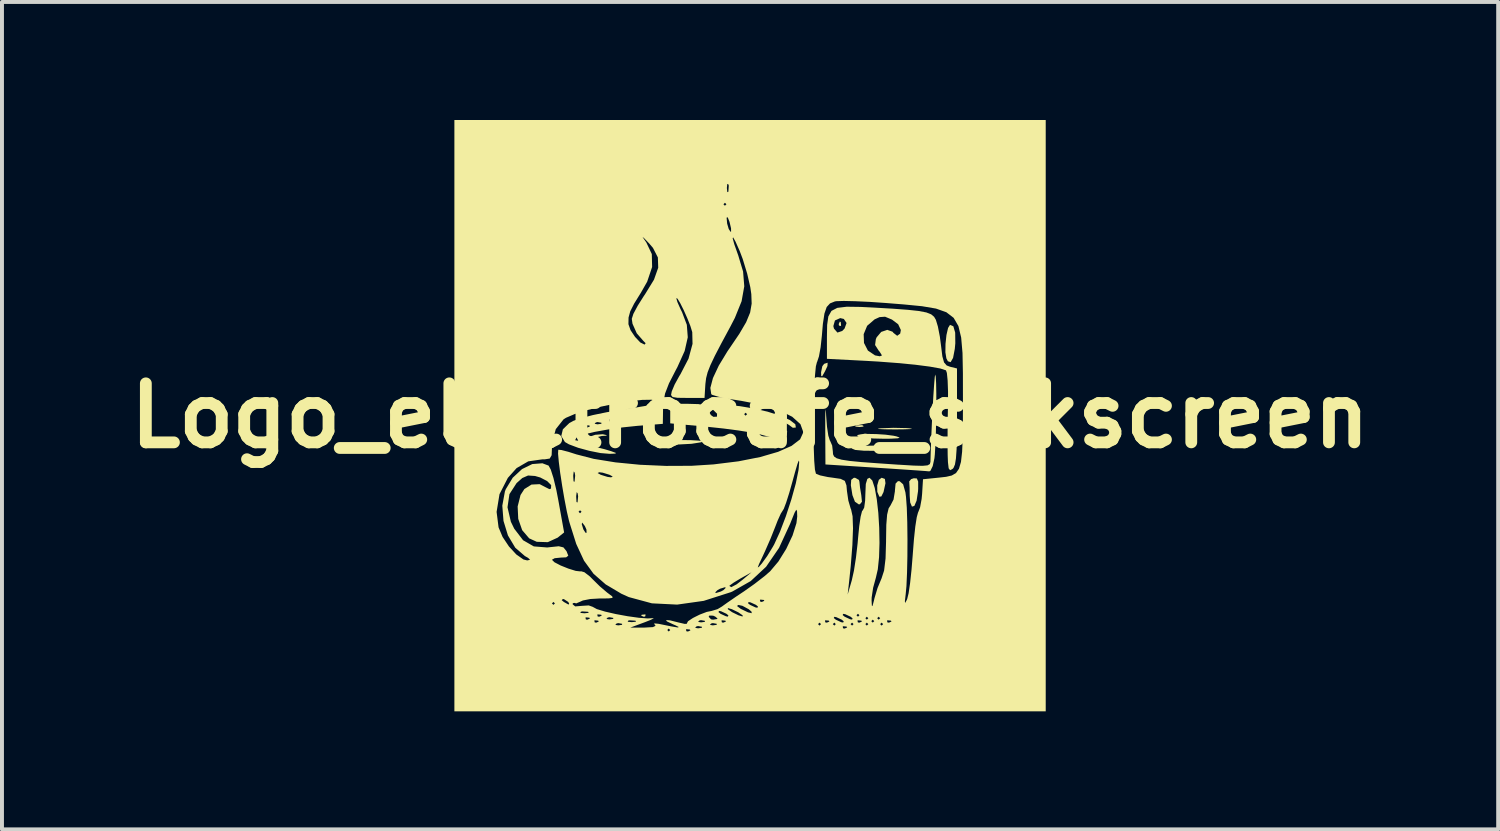
<source format=kicad_pcb>
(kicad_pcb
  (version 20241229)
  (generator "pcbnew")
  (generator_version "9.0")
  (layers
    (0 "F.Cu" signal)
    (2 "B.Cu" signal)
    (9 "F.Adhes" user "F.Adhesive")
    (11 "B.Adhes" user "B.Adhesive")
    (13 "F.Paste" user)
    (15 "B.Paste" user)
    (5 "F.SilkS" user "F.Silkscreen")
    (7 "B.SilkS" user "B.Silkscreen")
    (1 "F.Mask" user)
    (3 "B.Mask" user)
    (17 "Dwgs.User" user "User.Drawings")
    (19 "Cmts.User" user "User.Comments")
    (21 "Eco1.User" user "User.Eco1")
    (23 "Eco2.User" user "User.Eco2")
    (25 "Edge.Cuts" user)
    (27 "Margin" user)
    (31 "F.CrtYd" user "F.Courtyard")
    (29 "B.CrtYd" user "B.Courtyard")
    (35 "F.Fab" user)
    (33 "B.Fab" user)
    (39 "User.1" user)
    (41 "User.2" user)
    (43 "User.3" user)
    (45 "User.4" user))
  (footprint "Logo_electrocafe_silkscreen"
    (layer "F.Cu")
    (at 16.014 7.515)
    (property "Reference" "Logo_electrocafe_silkscreen" (at 0 0 0) (layer "F.SilkS") (effects (font (size 1.5 1.5) (thickness 0.3))))
    (attr board_only exclude_from_pos_files exclude_from_bom)
    (fp_poly (pts (xy -2.655 5.06) (xy -2.666 5.105) (xy -2.705 5.11) (xy -2.767 5.083) (xy -2.755 5.06) (xy -2.666 5.051)) (stroke (width 0) (type solid)) (fill yes) (layer "F.SilkS"))
    (fp_poly (pts (xy 2.305 -2.38) (xy 2.314 -2.291) (xy 2.305 -2.279) (xy 2.26 -2.29) (xy 2.254 -2.33) (xy 2.282 -2.391)) (stroke (width 0) (type solid)) (fill yes) (layer "F.SilkS"))
    (fp_poly (pts (xy 2.874 0.251) (xy 2.884 0.278) (xy 2.78 0.289) (xy 2.674 0.277) (xy 2.687 0.251) (xy 2.84 0.241)) (stroke (width 0) (type solid)) (fill yes) (layer "F.SilkS"))
    (fp_poly (pts (xy 1.967 -1.261) (xy 1.905 -1.127) (xy 1.834 -1.003) (xy 1.809 -1.006) (xy 1.805 -1.104) (xy 1.837 -1.257) (xy 1.884 -1.318) (xy 1.972 -1.346)) (stroke (width 0) (type solid)) (fill yes) (layer "F.SilkS"))
    (fp_poly (pts (xy 3.427 1.608) (xy 3.442 1.717) (xy 3.394 1.935) (xy 3.393 1.941) (xy 3.337 2.053) (xy 3.287 2.06) (xy 3.234 1.936) (xy 3.232 1.772) (xy 3.274 1.631) (xy 3.344 1.578)) (stroke (width 0) (type solid)) (fill yes) (layer "F.SilkS"))
    (fp_poly (pts (xy 3.972 0.316) (xy 4.039 0.321) (xy 4.122 0.332) (xy 4.069 0.341) (xy 3.894 0.347) (xy 3.682 0.349) (xy 3.421 0.346) (xy 3.272 0.339) (xy 3.248 0.33) (xy 3.325 0.321) (xy 3.64 0.309)) (stroke (width 0) (type solid)) (fill yes) (layer "F.SilkS"))
    (fp_poly (pts (xy -1.519 0.622) (xy -1.291 0.635) (xy -1.2 0.654) (xy -1.24 0.676) (xy -1.487 0.715) (xy -1.806 0.732) (xy -2.137 0.729) (xy -2.42 0.705) (xy -2.555 0.676) (xy -2.572 0.65) (xy -2.449 0.632) (xy -2.195 0.62) (xy -1.879 0.618)) (stroke (width 0) (type solid)) (fill yes) (layer "F.SilkS"))
    (fp_poly (pts (xy 2.767 1.633) (xy 2.78 1.681) (xy 2.795 1.826) (xy 2.827 2.02) (xy 2.844 2.188) (xy 2.793 2.251) (xy 2.762 2.254) (xy 2.666 2.187) (xy 2.602 2.02) (xy 2.562 1.769) (xy 2.571 1.632) (xy 2.633 1.581) (xy 2.668 1.578)) (stroke (width 0) (type solid)) (fill yes) (layer "F.SilkS"))
    (fp_poly (pts (xy 5.167 -2.272) (xy 5.214 -2.11) (xy 5.217 -1.84) (xy 5.204 -1.697) (xy 5.16 -1.468) (xy 5.098 -1.36) (xy 5.028 -1.383) (xy 4.99 -1.456) (xy 4.965 -1.611) (xy 4.968 -1.826) (xy 4.992 -2.05) (xy 5.033 -2.229) (xy 5.082 -2.308)) (stroke (width 0) (type solid)) (fill yes) (layer "F.SilkS"))
    (fp_poly (pts (xy 3.211 0.468) (xy 3.441 0.483) (xy 3.646 0.51) (xy 3.72 0.526) (xy 3.803 0.556) (xy 3.76 0.575) (xy 3.583 0.585) (xy 3.419 0.587) (xy 3.131 0.58) (xy 2.887 0.558) (xy 2.743 0.526) (xy 2.722 0.494) (xy 2.817 0.473) (xy 2.991 0.464)) (stroke (width 0) (type solid)) (fill yes) (layer "F.SilkS"))
    (fp_poly (pts (xy 3.415 0.773) (xy 3.651 0.801) (xy 3.757 0.827) (xy 3.792 0.857) (xy 3.676 0.879) (xy 3.41 0.892) (xy 3.246 0.894) (xy 2.894 0.891) (xy 2.673 0.871) (xy 2.59 0.837) (xy 2.593 0.827) (xy 2.689 0.788) (xy 2.888 0.766) (xy 3.146 0.761)) (stroke (width 0) (type solid)) (fill yes) (layer "F.SilkS"))
    (fp_poly (pts (xy 4.24 1.596) (xy 4.273 1.676) (xy 4.273 1.863) (xy 4.269 1.923) (xy 4.233 2.161) (xy 4.176 2.294) (xy 4.115 2.312) (xy 4.07 2.205) (xy 4.058 2.035) (xy 4.055 1.829) (xy 4.047 1.691) (xy 4.045 1.672) (xy 4.094 1.613) (xy 4.162 1.591)) (stroke (width 0) (type solid)) (fill yes) (layer "F.SilkS"))
    (fp_poly (pts (xy 4.719 -0.994) (xy 4.729 -0.823) (xy 4.734 -0.563) (xy 4.734 -0.246) (xy 4.73 0.098) (xy 4.723 0.438) (xy 4.711 0.742) (xy 4.697 0.981) (xy 4.687 1.079) (xy 4.643 1.281) (xy 4.585 1.401) (xy 4.555 1.416) (xy 4.455 1.407) (xy 4.232 1.391) (xy 3.912 1.369) (xy 3.522 1.343) (xy 3.194 1.322) (xy 1.916 1.24) (xy 1.911 0.338) (xy 1.911 0.049) (xy 1.915 -0.119) (xy 1.921 -0.158) (xy 1.931 -0.058) (xy 1.934 -0.000088) (xy 1.956 0.282) (xy 1.989 0.506) (xy 2.027 0.628) (xy 2.033 0.635) (xy 2.087 0.759) (xy 2.104 0.906) (xy 2.109 0.98) (xy 2.136 1.038) (xy 2.202 1.083) (xy 2.327 1.119) (xy 2.528 1.15) (xy 2.824 1.179) (xy 3.231 1.209) (xy 3.77 1.246) (xy 3.814 1.248) (xy 4.16 1.269) (xy 4.384 1.275) (xy 4.511 1.263) (xy 4.57 1.23) (xy 4.586 1.172) (xy 4.586 1.157) (xy 4.593 0.897) (xy 4.605 0.571) (xy 4.621 0.208) (xy 4.64 -0.159) (xy 4.659 -0.499) (xy 4.678 -0.781) (xy 4.694 -0.974) (xy 4.705 -1.046)) (stroke (width 0) (type solid)) (fill yes) (layer "F.SilkS"))
    (fp_poly (pts (xy -1.311 -0.294) (xy -1.164 -0.266) (xy -1.094 -0.206) (xy -1.075 -0.155) (xy -0.995 -0.015) (xy -0.932 0.03) (xy -0.841 0.025) (xy -0.839 -0.038) (xy -0.15 -0.038) (xy -0.113 -0.000001) (xy -0.075 -0.038) (xy -0.113 -0.075) (xy -0.15 -0.038) (xy -0.839 -0.038) (xy -0.838 -0.049) (xy -0.902 -0.113) (xy -0.987 -0.195) (xy -0.945 -0.249) (xy -0.797 -0.274) (xy -0.562 -0.272) (xy -0.261 -0.242) (xy 0.085 -0.184) (xy 0.444 -0.102) (xy 0.769 0.000188) (xy 1.012 0.111) (xy 1.15 0.217) (xy 1.164 0.301) (xy 1.088 0.308) (xy 0.986 0.234) (xy 0.854 0.155) (xy 0.652 0.081) (xy 0.434 0.028) (xy 0.254 0.008) (xy 0.173 0.028) (xy 0.217 0.059) (xy 0.368 0.098) (xy 0.439 0.111) (xy 0.671 0.179) (xy 0.847 0.284) (xy 0.943 0.4) (xy 0.93 0.503) (xy 0.899 0.529) (xy 0.817 0.573) (xy 0.729 0.586) (xy 0.592 0.565) (xy 0.365 0.506) (xy 0.263 0.478) (xy 0.039 0.43) (xy -0.289 0.377) (xy -0.678 0.326) (xy -1.071 0.284) (xy -2.029 0.195) (xy -2.029 -0.053) (xy -2.029 -0.301) (xy -1.571 -0.301)) (stroke (width 0) (type solid)) (fill yes) (layer "F.SilkS"))
    (fp_poly (pts (xy 2.811 -2.764) (xy 3.114 -2.749) (xy 3.63 -2.719) (xy 4.016 -2.69) (xy 4.294 -2.66) (xy 4.483 -2.623) (xy 4.604 -2.575) (xy 4.678 -2.513) (xy 4.723 -2.436) (xy 4.774 -2.267) (xy 4.824 -2.01) (xy 4.855 -1.773) (xy 4.888 -1.506) (xy 4.931 -1.353) (xy 4.998 -1.276) (xy 5.082 -1.244) (xy 5.26 -1.2) (xy 5.26 0.03) (xy 5.258 0.505) (xy 5.25 0.851) (xy 5.233 1.089) (xy 5.208 1.241) (xy 5.171 1.328) (xy 5.148 1.353) (xy 5.084 1.386) (xy 5.048 1.338) (xy 5.03 1.182) (xy 5.023 1.005) (xy 5.02 0.739) (xy 5.021 0.379) (xy 5.026 -0.021) (xy 5.031 -0.273) (xy 5.032 -0.612) (xy 5.022 -0.894) (xy 5.003 -1.085) (xy 4.98 -1.152) (xy 4.837 -1.199) (xy 4.568 -1.247) (xy 4.197 -1.295) (xy 3.749 -1.338) (xy 3.246 -1.376) (xy 2.95 -1.393) (xy 1.954 -1.445) (xy 1.954 -1.994) (xy 1.955 -2.071) (xy 2.888 -2.071) (xy 2.896 -1.848) (xy 2.995 -1.655) (xy 3.177 -1.532) (xy 3.299 -1.509) (xy 3.353 -1.531) (xy 3.295 -1.624) (xy 3.269 -1.654) (xy 3.178 -1.796) (xy 3.198 -1.946) (xy 3.218 -1.992) (xy 3.334 -2.129) (xy 3.488 -2.181) (xy 3.621 -2.134) (xy 3.645 -2.104) (xy 3.74 -2.03) (xy 3.816 -2.086) (xy 3.833 -2.177) (xy 3.765 -2.323) (xy 3.607 -2.442) (xy 3.432 -2.515) (xy 3.292 -2.505) (xy 3.165 -2.447) (xy 2.976 -2.284) (xy 2.888 -2.071) (xy 1.955 -2.071) (xy 1.959 -2.277) (xy 2.117 -2.277) (xy 2.133 -2.213) (xy 2.221 -2.112) (xy 2.343 -2.153) (xy 2.402 -2.214) (xy 2.453 -2.355) (xy 2.384 -2.458) (xy 2.292 -2.48) (xy 2.158 -2.42) (xy 2.117 -2.277) (xy 1.959 -2.277) (xy 1.959 -2.304) (xy 1.99 -2.522) (xy 2.069 -2.663) (xy 2.217 -2.74) (xy 2.457 -2.769)) (stroke (width 0) (type solid)) (fill yes) (layer "F.SilkS"))
    (fp_poly (pts (xy 7.515 -0.000001) (xy 7.515 7.515) (xy -0.000001 7.515) (xy -7.515 7.515) (xy -7.515 5.448) (xy -2.104 5.448) (xy -2.067 5.486) (xy -2.029 5.448) (xy -2.042 5.436) (xy -1.628 5.436) (xy -1.618 5.48) (xy -1.578 5.486) (xy -1.516 5.458) (xy -1.528 5.436) (xy -1.617 5.427) (xy -1.628 5.436) (xy -2.042 5.436) (xy -2.067 5.411) (xy -2.104 5.448) (xy -7.515 5.448) (xy -7.515 5.393) (xy -1.395 5.393) (xy -1.321 5.405) (xy -1.224 5.391) (xy -1.223 5.365) (xy -1.249 5.361) (xy 2.355 5.361) (xy 2.365 5.405) (xy 2.405 5.411) (xy 2.467 5.383) (xy 2.455 5.361) (xy 2.366 5.352) (xy 2.355 5.361) (xy -1.249 5.361) (xy -1.323 5.347) (xy -1.367 5.359) (xy -1.395 5.393) (xy -7.515 5.393) (xy -7.515 5.318) (xy -3.424 5.318) (xy -3.35 5.33) (xy -3.253 5.316) (xy -3.252 5.29) (xy -3.352 5.272) (xy -3.396 5.284) (xy -3.424 5.318) (xy -7.515 5.318) (xy -7.515 5.21) (xy -3.958 5.21) (xy -3.947 5.255) (xy -3.908 5.26) (xy -3.857 5.238) (xy -3.109 5.238) (xy -3.006 5.248) (xy -2.899 5.237) (xy -2.912 5.211) (xy -3.066 5.201) (xy -3.1 5.211) (xy -3.109 5.238) (xy -3.857 5.238) (xy -3.846 5.233) (xy -3.858 5.21) (xy -3.947 5.201) (xy -3.958 5.21) (xy -7.515 5.21) (xy -7.515 5.135) (xy -4.183 5.135) (xy -4.173 5.18) (xy -4.133 5.185) (xy -4.093 5.167) (xy -3.65 5.167) (xy -3.576 5.179) (xy -3.478 5.165) (xy -3.477 5.14) (xy -3.578 5.122) (xy -3.621 5.134) (xy -3.65 5.167) (xy -4.093 5.167) (xy -4.071 5.158) (xy -4.083 5.135) (xy -4.172 5.126) (xy -4.183 5.135) (xy -7.515 5.135) (xy -7.515 5.06) (xy -3.883 5.06) (xy -3.872 5.105) (xy -3.833 5.11) (xy -3.771 5.083) (xy -3.782 5.06) (xy -3.872 5.051) (xy -3.883 5.06) (xy -7.515 5.06) (xy -7.515 5.013) (xy -4.312 5.013) (xy -4.208 5.023) (xy -4.102 5.011) (xy -4.114 4.985) (xy -4.268 4.975) (xy -4.302 4.985) (xy -4.312 5.013) (xy -7.515 5.013) (xy -7.515 4.772) (xy -5.035 4.772) (xy -4.997 4.809) (xy -4.96 4.772) (xy -4.997 4.734) (xy -5.035 4.772) (xy -7.515 4.772) (xy -7.515 4.69) (xy -4.787 4.69) (xy -4.734 4.734) (xy -4.614 4.802) (xy -4.598 4.776) (xy -4.622 4.734) (xy -4.731 4.663) (xy -4.758 4.66) (xy -4.787 4.69) (xy -7.515 4.69) (xy -7.515 2.446) (xy -6.442 2.446) (xy -6.392 2.839) (xy -6.29 3.082) (xy -6.128 3.325) (xy -5.941 3.528) (xy -5.76 3.655) (xy -5.665 3.679) (xy -5.591 3.664) (xy -5.641 3.615) (xy -5.723 3.568) (xy -5.968 3.356) (xy -6.154 3.044) (xy -6.267 2.674) (xy -6.297 2.288) (xy -6.231 1.927) (xy -6.209 1.869) (xy -6.032 1.577) (xy -5.796 1.358) (xy -5.535 1.23) (xy -5.279 1.21) (xy -5.121 1.269) (xy -5.066 1.368) (xy -4.997 1.584) (xy -4.924 1.887) (xy -4.873 2.151) (xy -4.726 2.968) (xy -4.889 3.1) (xy -5.141 3.215) (xy -5.421 3.206) (xy -5.614 3.118) (xy -5.792 2.91) (xy -5.892 2.623) (xy -5.907 2.308) (xy -5.834 2.017) (xy -5.736 1.865) (xy -5.554 1.751) (xy -5.347 1.741) (xy -5.201 1.817) (xy -5.099 1.868) (xy -5.059 1.853) (xy -5.055 1.765) (xy -5.158 1.662) (xy -5.333 1.571) (xy -5.465 1.533) (xy -5.642 1.521) (xy -5.789 1.585) (xy -5.934 1.714) (xy -6.116 1.995) (xy -6.165 2.329) (xy -6.079 2.697) (xy -5.994 2.872) (xy -5.769 3.166) (xy -5.496 3.323) (xy -5.156 3.35) (xy -5.075 3.341) (xy -4.862 3.319) (xy -4.743 3.348) (xy -4.668 3.441) (xy -4.663 3.449) (xy -4.62 3.559) (xy -4.674 3.601) (xy -4.807 3.607) (xy -4.966 3.623) (xy -5.035 3.662) (xy -5.035 3.663) (xy -4.971 3.726) (xy -4.814 3.808) (xy -4.617 3.887) (xy -4.431 3.945) (xy -4.31 3.959) (xy -4.298 3.954) (xy -4.211 3.979) (xy -4.07 4.088) (xy -4.004 4.155) (xy -3.817 4.339) (xy -3.635 4.494) (xy -3.598 4.522) (xy -3.502 4.594) (xy -3.495 4.632) (xy -3.599 4.645) (xy -3.816 4.646) (xy -4.06 4.66) (xy -4.249 4.697) (xy -4.312 4.726) (xy -4.42 4.772) (xy -4.459 4.759) (xy -4.505 4.766) (xy -4.509 4.795) (xy -4.444 4.848) (xy -4.276 4.834) (xy -4.1 4.823) (xy -3.996 4.86) (xy -3.994 4.862) (xy -3.895 4.916) (xy -3.688 4.979) (xy -3.414 5.042) (xy -3.114 5.097) (xy -2.828 5.137) (xy -2.599 5.154) (xy -2.495 5.148) (xy -2.445 5.148) (xy -2.521 5.189) (xy -2.667 5.247) (xy -3.042 5.386) (xy -2.683 5.386) (xy -2.469 5.374) (xy -2.4 5.341) (xy -2.421 5.317) (xy -2.438 5.279) (xy -2.319 5.291) (xy -2.292 5.297) (xy -1.997 5.357) (xy -1.84 5.383) (xy -1.81 5.373) (xy -1.898 5.328) (xy -1.922 5.318) (xy -1.019 5.318) (xy -0.946 5.33) (xy -0.848 5.316) (xy -0.847 5.298) (xy 1.728 5.298) (xy 1.766 5.336) (xy 1.804 5.298) (xy 2.104 5.298) (xy 2.142 5.336) (xy 2.179 5.298) (xy 2.555 5.298) (xy 2.593 5.336) (xy 2.63 5.298) (xy 2.931 5.298) (xy 2.968 5.336) (xy 3.006 5.298) (xy 3.307 5.298) (xy 3.344 5.336) (xy 3.382 5.298) (xy 3.344 5.26) (xy 3.307 5.298) (xy 3.006 5.298) (xy 2.968 5.26) (xy 2.931 5.298) (xy 2.63 5.298) (xy 2.593 5.26) (xy 2.555 5.298) (xy 2.179 5.298) (xy 2.142 5.26) (xy 2.104 5.298) (xy 1.804 5.298) (xy 1.766 5.26) (xy 1.728 5.298) (xy -0.847 5.298) (xy -0.847 5.29) (xy -0.948 5.272) (xy -0.991 5.284) (xy -1.019 5.318) (xy -1.922 5.318) (xy -1.954 5.304) (xy -2.113 5.229) (xy -2.135 5.195) (xy -2.031 5.203) (xy -1.812 5.258) (xy -1.659 5.293) (xy -1.602 5.289) (xy -1.607 5.282) (xy -1.586 5.242) (xy -1.32 5.242) (xy -1.246 5.254) (xy -1.149 5.241) (xy -1.148 5.215) (xy -1.174 5.21) (xy -0.726 5.21) (xy -0.716 5.255) (xy -0.676 5.26) (xy -0.614 5.233) (xy -0.626 5.21) (xy 1.904 5.21) (xy 1.914 5.255) (xy 1.954 5.26) (xy 2.016 5.233) (xy 2.004 5.21) (xy 1.915 5.201) (xy 1.904 5.21) (xy -0.626 5.21) (xy -0.715 5.201) (xy -0.726 5.21) (xy -1.174 5.21) (xy -1.248 5.197) (xy -1.292 5.209) (xy -1.32 5.242) (xy -1.586 5.242) (xy -1.578 5.226) (xy -1.453 5.143) (xy -1.392 5.112) (xy -1.052 5.112) (xy -0.991 5.177) (xy -0.939 5.185) (xy -0.839 5.169) (xy -0.827 5.156) (xy -0.842 5.143) (xy 2.128 5.143) (xy 2.179 5.185) (xy 2.316 5.249) (xy 2.367 5.258) (xy 2.381 5.227) (xy 2.36 5.21) (xy 2.73 5.21) (xy 2.741 5.255) (xy 2.78 5.26) (xy 2.842 5.233) (xy 2.837 5.223) (xy 3.081 5.223) (xy 3.119 5.26) (xy 3.156 5.223) (xy 3.144 5.21) (xy 3.482 5.21) (xy 3.492 5.255) (xy 3.532 5.26) (xy 3.594 5.233) (xy 3.582 5.21) (xy 3.493 5.201) (xy 3.482 5.21) (xy 3.144 5.21) (xy 3.119 5.185) (xy 3.081 5.223) (xy 2.837 5.223) (xy 2.831 5.21) (xy 2.741 5.201) (xy 2.73 5.21) (xy 2.36 5.21) (xy 2.33 5.185) (xy 2.193 5.122) (xy 2.142 5.112) (xy 2.128 5.143) (xy -0.842 5.143) (xy -0.885 5.107) (xy -0.939 5.083) (xy -1.036 5.081) (xy -1.052 5.112) (xy -1.392 5.112) (xy -1.279 5.056) (xy -1.114 4.993) (xy -0.802 4.993) (xy -0.751 5.035) (xy -0.614 5.098) (xy -0.564 5.108) (xy -0.55 5.077) (xy -0.601 5.035) (xy -0.738 4.971) (xy -0.789 4.962) (xy -0.802 4.993) (xy -1.114 4.993) (xy -1.101 4.988) (xy -0.973 4.962) (xy -0.825 4.917) (xy -0.78 4.89) (xy -0.564 4.89) (xy -0.563 4.92) (xy -0.457 4.994) (xy -0.451 4.997) (xy -0.289 5.076) (xy -0.188 5.105) (xy -0.189 5.074) (xy -0.198 5.068) (xy 2.354 5.068) (xy 2.405 5.11) (xy 2.542 5.174) (xy 2.593 5.183) (xy 2.606 5.152) (xy 2.601 5.148) (xy 2.931 5.148) (xy 2.968 5.185) (xy 3.006 5.148) (xy 3.231 5.148) (xy 3.269 5.185) (xy 3.307 5.148) (xy 3.269 5.11) (xy 3.231 5.148) (xy 3.006 5.148) (xy 2.968 5.11) (xy 2.931 5.148) (xy 2.601 5.148) (xy 2.555 5.11) (xy 2.474 5.072) (xy 2.705 5.072) (xy 2.743 5.11) (xy 2.78 5.072) (xy 2.743 5.035) (xy 2.705 5.072) (xy 2.474 5.072) (xy 2.418 5.046) (xy 2.367 5.037) (xy 2.354 5.068) (xy -0.198 5.068) (xy -0.295 5.001) (xy -0.301 4.997) (xy -0.462 4.919) (xy -0.564 4.89) (xy -0.78 4.89) (xy -0.71 4.848) (xy -0.696 4.837) (xy -0.333 4.837) (xy -0.237 4.91) (xy -0.225 4.916) (xy -0.052 4.999) (xy 0.043 5.021) (xy 0.037 4.981) (xy -0.033 4.92) (xy -0.194 4.833) (xy -0.296 4.811) (xy -0.333 4.837) (xy -0.696 4.837) (xy -0.599 4.768) (xy -0.051 4.768) (xy -0.000001 4.809) (xy 0.137 4.873) (xy 0.188 4.882) (xy 0.201 4.851) (xy 0.15 4.809) (xy 0.013 4.746) (xy -0.038 4.737) (xy -0.051 4.768) (xy -0.599 4.768) (xy -0.571 4.748) (xy -0.478 4.684) (xy 0.25 4.684) (xy 0.261 4.729) (xy 0.301 4.734) (xy 0.362 4.707) (xy 0.351 4.684) (xy 0.262 4.675) (xy 0.25 4.684) (xy -0.478 4.684) (xy -0.356 4.6) (xy -0.15 4.463) (xy 0.114 4.276) (xy 0.367 4.08) (xy 0.51 3.956) (xy 0.721 3.706) (xy 0.919 3.387) (xy 1.08 3.046) (xy 1.179 2.732) (xy 1.199 2.562) (xy 1.194 2.426) (xy 1.175 2.39) (xy 1.132 2.466) (xy 1.051 2.667) (xy 1.019 2.748) (xy 0.737 3.36) (xy 0.408 3.84) (xy 0.017 4.204) (xy -0.447 4.468) (xy -0.488 4.486) (xy -1.178 4.707) (xy -1.853 4.802) (xy -2.494 4.77) (xy -3.082 4.611) (xy -3.274 4.524) (xy -3.325 4.493) (xy -0.887 4.493) (xy -0.864 4.507) (xy -0.741 4.469) (xy -0.676 4.434) (xy -0.616 4.374) (xy -0.639 4.361) (xy -0.762 4.398) (xy -0.827 4.434) (xy -0.887 4.493) (xy -3.325 4.493) (xy -3.603 4.328) (xy -0.526 4.328) (xy -0.477 4.358) (xy -0.34 4.286) (xy -0.188 4.169) (xy 0.038 3.98) (xy -0.244 4.139) (xy -0.416 4.243) (xy -0.516 4.315) (xy -0.526 4.328) (xy -3.603 4.328) (xy -3.668 4.29) (xy -3.977 4.02) (xy -4.094 3.859) (xy 0.196 3.859) (xy 0.228 3.839) (xy 0.299 3.757) (xy 0.436 3.568) (xy 0.581 3.33) (xy 0.615 3.269) (xy 0.76 2.952) (xy 0.911 2.555) (xy 1.05 2.129) (xy 1.162 1.724) (xy 1.23 1.392) (xy 1.238 1.323) (xy 1.249 1.174) (xy 1.239 1.139) (xy 1.205 1.226) (xy 1.141 1.444) (xy 1.084 1.652) (xy 0.997 1.96) (xy 0.918 2.209) (xy 0.858 2.367) (xy 0.836 2.403) (xy 0.781 2.491) (xy 0.699 2.673) (xy 0.643 2.818) (xy 0.522 3.122) (xy 0.379 3.449) (xy 0.323 3.57) (xy 0.227 3.774) (xy 0.196 3.859) (xy -4.094 3.859) (xy -4.22 3.686) (xy -4.418 3.26) (xy -4.577 2.756) (xy -4.278 2.756) (xy -4.237 2.89) (xy -4.181 2.977) (xy -4.155 2.977) (xy -4.159 2.893) (xy -4.199 2.805) (xy -4.266 2.717) (xy -4.278 2.756) (xy -4.577 2.756) (xy -4.59 2.714) (xy -4.603 2.668) (xy -4.655 2.442) (xy -4.359 2.442) (xy -4.321 2.48) (xy -4.283 2.442) (xy -4.321 2.405) (xy -4.359 2.442) (xy -4.655 2.442) (xy -4.659 2.424) (xy -4.718 2.119) (xy -4.727 2.067) (xy -4.419 2.067) (xy -4.411 2.195) (xy -4.387 2.206) (xy -4.384 2.2) (xy -4.37 2.05) (xy -4.382 1.974) (xy -4.406 1.943) (xy -4.419 2.043) (xy -4.419 2.067) (xy -4.727 2.067) (xy -4.775 1.786) (xy -4.812 1.541) (xy -4.494 1.541) (xy -4.486 1.669) (xy -4.463 1.68) (xy -4.46 1.673) (xy -4.445 1.524) (xy -4.455 1.458) (xy -3.874 1.458) (xy -3.795 1.503) (xy -3.62 1.557) (xy -3.532 1.568) (xy -3.49 1.548) (xy -3.57 1.503) (xy -3.745 1.449) (xy -3.833 1.438) (xy -3.874 1.458) (xy -4.455 1.458) (xy -4.457 1.448) (xy -4.481 1.417) (xy -4.494 1.517) (xy -4.494 1.541) (xy -4.812 1.541) (xy -4.825 1.46) (xy -4.861 1.175) (xy -4.88 0.966) (xy -4.875 0.868) (xy -4.873 0.866) (xy -4.794 0.873) (xy -4.614 0.92) (xy -4.413 0.984) (xy -3.972 1.098) (xy -3.421 1.187) (xy -2.797 1.248) (xy -2.138 1.277) (xy -1.483 1.274) (xy -0.931 1.239) (xy -0.292 1.16) (xy 0.26 1.051) (xy 0.713 0.919) (xy 1.055 0.768) (xy 1.272 0.602) (xy 1.336 0.462) (xy 1.614 0.462) (xy 1.62 0.834) (xy 1.631 1.147) (xy 1.649 1.37) (xy 1.674 1.473) (xy 1.675 1.475) (xy 1.78 1.518) (xy 1.978 1.56) (xy 2.089 1.575) (xy 2.302 1.606) (xy 2.409 1.658) (xy 2.45 1.771) (xy 2.463 1.916) (xy 2.498 2.157) (xy 2.557 2.359) (xy 2.568 2.383) (xy 2.606 2.556) (xy 2.617 2.862) (xy 2.601 3.289) (xy 2.559 3.821) (xy 2.519 4.208) (xy 2.481 4.546) (xy 2.586 4.185) (xy 2.64 3.943) (xy 2.692 3.609) (xy 2.734 3.244) (xy 2.745 3.114) (xy 2.775 2.809) (xy 2.81 2.569) (xy 2.846 2.428) (xy 2.865 2.405) (xy 2.901 2.337) (xy 2.925 2.161) (xy 2.931 1.991) (xy 2.942 1.736) (xy 2.981 1.607) (xy 3.036 1.578) (xy 3.107 1.648) (xy 3.17 1.84) (xy 3.221 2.123) (xy 3.26 2.47) (xy 3.283 2.85) (xy 3.29 3.236) (xy 3.279 3.597) (xy 3.247 3.906) (xy 3.199 4.115) (xy 3.128 4.375) (xy 3.091 4.62) (xy 3.089 4.691) (xy 3.096 4.83) (xy 3.111 4.841) (xy 3.145 4.715) (xy 3.163 4.638) (xy 3.24 4.382) (xy 3.337 4.148) (xy 3.343 4.134) (xy 3.407 3.937) (xy 3.444 3.631) (xy 3.457 3.196) (xy 3.457 3.155) (xy 3.463 2.773) (xy 3.484 2.515) (xy 3.522 2.356) (xy 3.57 2.281) (xy 3.647 2.132) (xy 3.682 1.921) (xy 3.682 1.905) (xy 3.699 1.726) (xy 3.759 1.664) (xy 3.803 1.667) (xy 3.891 1.745) (xy 3.949 1.95) (xy 3.964 2.067) (xy 3.984 2.341) (xy 3.996 2.713) (xy 4.001 3.141) (xy 3.999 3.581) (xy 3.99 3.993) (xy 3.975 4.332) (xy 3.956 4.536) (xy 3.935 4.716) (xy 3.942 4.761) (xy 3.983 4.685) (xy 3.994 4.659) (xy 4.03 4.514) (xy 4.068 4.254) (xy 4.104 3.916) (xy 4.135 3.536) (xy 4.137 3.508) (xy 4.166 3.137) (xy 4.2 2.818) (xy 4.237 2.581) (xy 4.27 2.459) (xy 4.274 2.454) (xy 4.322 2.33) (xy 4.361 2.116) (xy 4.373 1.99) (xy 4.396 1.616) (xy 4.799 1.575) (xy 4.984 1.554) (xy 5.127 1.521) (xy 5.234 1.459) (xy 5.31 1.349) (xy 5.361 1.175) (xy 5.39 0.919) (xy 5.405 0.563) (xy 5.41 0.09) (xy 5.411 -0.442) (xy 5.41 -1.084) (xy 5.4 -1.593) (xy 5.366 -1.985) (xy 5.296 -2.277) (xy 5.175 -2.486) (xy 4.989 -2.629) (xy 4.726 -2.722) (xy 4.371 -2.782) (xy 3.911 -2.827) (xy 3.449 -2.864) (xy 3.043 -2.892) (xy 2.676 -2.909) (xy 2.383 -2.916) (xy 2.195 -2.91) (xy 2.157 -2.904) (xy 2.033 -2.854) (xy 1.948 -2.762) (xy 1.891 -2.597) (xy 1.851 -2.333) (xy 1.825 -2.029) (xy 1.794 -1.741) (xy 1.751 -1.505) (xy 1.705 -1.367) (xy 1.7 -1.36) (xy 1.673 -1.254) (xy 1.651 -1.029) (xy 1.633 -0.716) (xy 1.622 -0.343) (xy 1.615 0.06) (xy 1.614 0.462) (xy 1.336 0.462) (xy 1.352 0.425) (xy 1.353 0.416) (xy 1.28 0.215) (xy 1.072 0.028) (xy 0.742 -0.138) (xy 0.305 -0.275) (xy -0.225 -0.377) (xy -0.265 -0.383) (xy -0.568 -0.431) (xy -0.812 -0.483) (xy -0.96 -0.529) (xy -0.986 -0.546) (xy -1.009 -0.706) (xy -0.943 -0.956) (xy -0.795 -1.272) (xy -0.576 -1.633) (xy -0.528 -1.703) (xy -0.272 -2.081) (xy -0.099 -2.376) (xy 0.002 -2.621) (xy 0.041 -2.848) (xy 0.032 -3.091) (xy 0.006 -3.267) (xy -0.073 -3.61) (xy -0.186 -3.981) (xy -0.26 -4.177) (xy -0.369 -4.423) (xy -0.43 -4.532) (xy -0.442 -4.51) (xy -0.402 -4.362) (xy -0.308 -4.095) (xy -0.301 -4.076) (xy -0.177 -3.663) (xy -0.147 -3.288) (xy -0.215 -2.908) (xy -0.386 -2.485) (xy -0.502 -2.261) (xy -0.73 -1.838) (xy -0.895 -1.521) (xy -1.007 -1.285) (xy -1.078 -1.104) (xy -1.117 -0.953) (xy -1.135 -0.807) (xy -1.138 -0.763) (xy -1.157 -0.451) (xy -1.598 -0.451) (xy -1.843 -0.454) (xy -1.969 -0.474) (xy -2.008 -0.524) (xy -1.99 -0.617) (xy -1.989 -0.62) (xy -1.916 -0.793) (xy -1.798 -1.007) (xy -1.77 -1.052) (xy -1.564 -1.449) (xy -1.462 -1.825) (xy -1.469 -2.123) (xy -1.516 -2.277) (xy -1.594 -2.475) (xy -1.686 -2.682) (xy -1.775 -2.86) (xy -1.844 -2.974) (xy -1.875 -2.987) (xy -1.875 -2.984) (xy -1.846 -2.886) (xy -1.768 -2.71) (xy -1.728 -2.63) (xy -1.607 -2.31) (xy -1.583 -1.992) (xy -1.662 -1.644) (xy -1.847 -1.234) (xy -1.892 -1.15) (xy -2.061 -0.82) (xy -2.16 -0.563) (xy -2.204 -0.329) (xy -2.211 -0.185) (xy -2.217 0.208) (xy -2.867 0.259) (xy -3.239 0.298) (xy -3.61 0.351) (xy -3.948 0.412) (xy -4.217 0.476) (xy -4.383 0.535) (xy -4.412 0.555) (xy -4.445 0.624) (xy -4.371 0.637) (xy -4.22 0.593) (xy -4.146 0.559) (xy -3.935 0.486) (xy -3.747 0.472) (xy -3.739 0.473) (xy -3.634 0.497) (xy -3.668 0.51) (xy -3.767 0.516) (xy -3.952 0.563) (xy -4.055 0.636) (xy -4.096 0.719) (xy -4.02 0.77) (xy -3.933 0.793) (xy -3.699 0.852) (xy -3.532 0.902) (xy -3.41 0.947) (xy -3.422 0.964) (xy -3.57 0.97) (xy -3.799 0.951) (xy -4.084 0.894) (xy -4.37 0.816) (xy -4.602 0.729) (xy -4.705 0.67) (xy -4.798 0.517) (xy -4.758 0.348) (xy -4.748 0.338) (xy -4.359 0.338) (xy -4.321 0.376) (xy -4.283 0.338) (xy -4.321 0.301) (xy -4.359 0.338) (xy -4.748 0.338) (xy -4.658 0.25) (xy -4.183 0.25) (xy -4.173 0.295) (xy -4.133 0.301) (xy -4.071 0.273) (xy -4.083 0.25) (xy -4.172 0.241) (xy -4.183 0.25) (xy -4.658 0.25) (xy -4.613 0.207) (xy -3.95 0.207) (xy -3.876 0.22) (xy -3.779 0.206) (xy -3.778 0.18) (xy -3.878 0.162) (xy -3.922 0.174) (xy -3.95 0.207) (xy -4.613 0.207) (xy -4.595 0.189) (xy -4.487 0.13) (xy -4.402 0.1) (xy -3.582 0.1) (xy -3.572 0.145) (xy -3.532 0.15) (xy -3.47 0.123) (xy -3.482 0.1) (xy -3.571 0.091) (xy -3.582 0.1) (xy -4.402 0.1) (xy -4.289 0.061) (xy -3.991 -0.016) (xy -3.64 -0.088) (xy -3.435 -0.123) (xy -3.003 -0.191) (xy -2.699 -0.241) (xy -2.503 -0.277) (xy -2.395 -0.305) (xy -2.353 -0.329) (xy -2.359 -0.354) (xy -2.375 -0.37) (xy -2.502 -0.405) (xy -2.74 -0.401) (xy -3.056 -0.366) (xy -3.419 -0.307) (xy -3.795 -0.228) (xy -4.152 -0.138) (xy -4.457 -0.041) (xy -4.679 0.054) (xy -4.741 0.094) (xy -4.938 0.343) (xy -5.029 0.688) (xy -5.035 0.814) (xy -5.043 1.006) (xy -5.092 1.09) (xy -5.218 1.11) (xy -5.279 1.11) (xy -5.637 1.161) (xy -5.934 1.333) (xy -6.156 1.581) (xy -6.368 1.995) (xy -6.442 2.446) (xy -7.515 2.446) (xy -7.515 -0.000001) (xy -7.515 -2.334) (xy -3.091 -2.334) (xy -3.09 -2.321) (xy -3.037 -2.172) (xy -2.923 -2.002) (xy -2.791 -1.862) (xy -2.681 -1.806) (xy -2.654 -1.842) (xy -2.712 -1.9) (xy -2.88 -2.094) (xy -2.988 -2.337) (xy -3.006 -2.462) (xy -2.965 -2.589) (xy -2.855 -2.795) (xy -2.7 -3.041) (xy -2.669 -3.086) (xy -2.442 -3.456) (xy -2.334 -3.761) (xy -2.343 -4.022) (xy -2.468 -4.265) (xy -2.563 -4.376) (xy -2.695 -4.513) (xy -2.733 -4.543) (xy -2.683 -4.468) (xy -2.638 -4.405) (xy -2.497 -4.108) (xy -2.489 -3.779) (xy -2.615 -3.405) (xy -2.775 -3.124) (xy -2.946 -2.848) (xy -3.045 -2.652) (xy -3.088 -2.495) (xy -3.091 -2.334) (xy -7.515 -2.334) (xy -7.515 -5.022) (xy -0.595 -5.022) (xy -0.582 -4.881) (xy -0.542 -4.745) (xy -0.497 -4.675) (xy -0.482 -4.678) (xy -0.483 -4.76) (xy -0.521 -4.922) (xy -0.522 -4.926) (xy -0.568 -5.042) (xy -0.594 -5.035) (xy -0.595 -5.022) (xy -7.515 -5.022) (xy -7.515 -5.373) (xy -0.676 -5.373) (xy -0.639 -5.336) (xy -0.601 -5.373) (xy -0.639 -5.411) (xy -0.676 -5.373) (xy -7.515 -5.373) (xy -7.515 -5.786) (xy -0.589 -5.786) (xy -0.578 -5.68) (xy -0.551 -5.692) (xy -0.541 -5.846) (xy -0.551 -5.88) (xy -0.579 -5.89) (xy -0.589 -5.786) (xy -7.515 -5.786) (xy -7.515 -7.515) (xy -0.000001 -7.515) (xy 7.515 -7.515)) (stroke (width 0) (type solid)) (fill yes) (layer "F.SilkS")))
  (gr_rect
    (start -3 -3)
    (end 35.029 18.03)
    (stroke (width 0.1) (type default))
    (fill no)
    (layer "Edge.Cuts")))
</source>
